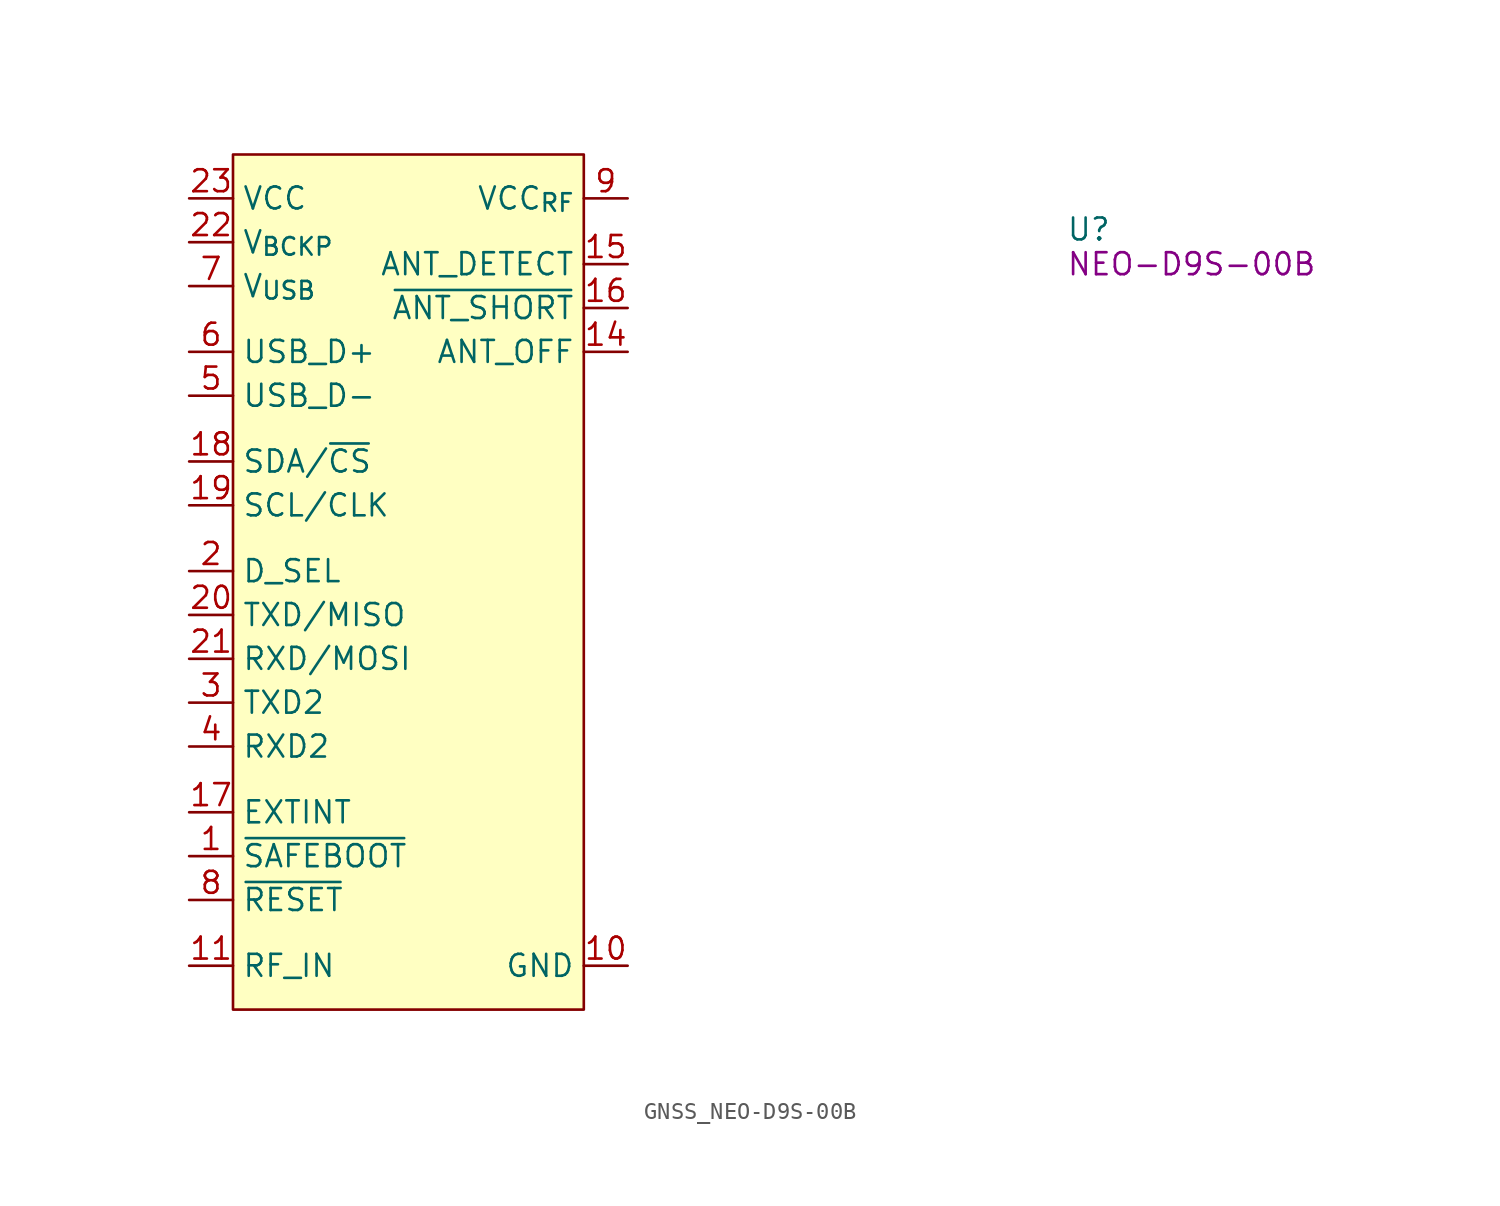
<source format=kicad_sym>
(kicad_symbol_lib
  (version 20220914)
  (generator kicad_symbol_editor)
  (symbol "GNSS_NEO-D9S-00B"
    (property "Reference" "U"
      (at 50.8 -2.54 0)
      (effects (font (size 1.27 1.27) (thickness 0.15)) (justify left bottom)))
    (property "MPN" "NEO-D9S-00B"
      (at 50.8 -3.81 0)
      (effects (font (size 1.27 1.27)) (justify left)))
    (symbol "GNSS_NEO-D9S-00B_0_1"
      (rectangle (start 2.54 2.54) (end 22.86 -46.99) (stroke (width 0) (type default)) (fill (type background))))
    (symbol "GNSS_NEO-D9S-00B_1_1"
      (pin input line (at 0 -38.1 0) (length 2.54) (name "~{SAFEBOOT}" (effects (font (size 1.27 1.27)))) (number "1" (effects (font (size 1.27 1.27)))))
      (pin power_in line (at 25.4 -44.45 180) (length 2.54) (name "GND" (effects (font (size 1.27 1.27)))) (number "10" (effects (font (size 1.27 1.27)))))
      (pin passive line (at 0 -44.45 0) (length 2.54) (name "RF_IN" (effects (font (size 1.27 1.27)))) (number "11" (effects (font (size 1.27 1.27)))))
      (pin passive line (at 25.4 -44.45 180) (length 2.54) hide (name "GND" (effects (font (size 1.27 1.27)))) (number "12" (effects (font (size 1.27 1.27)))))
      (pin passive line (at 25.4 -44.45 180) (length 2.54) hide (name "GND" (effects (font (size 1.27 1.27)))) (number "13" (effects (font (size 1.27 1.27)))))
      (pin output line (at 25.4 -8.89 180) (length 2.54) (name "ANT_OFF" (effects (font (size 1.27 1.27)))) (number "14" (effects (font (size 1.27 1.27)))))
      (pin input line (at 25.4 -3.81 180) (length 2.54) (name "ANT_DETECT" (effects (font (size 1.27 1.27)))) (number "15" (effects (font (size 1.27 1.27)))))
      (pin output line (at 25.4 -6.35 180) (length 2.54) (name "~{ANT_SHORT}" (effects (font (size 1.27 1.27)))) (number "16" (effects (font (size 1.27 1.27)))))
      (pin input line (at 0 -35.56 0) (length 2.54) (name "EXTINT" (effects (font (size 1.27 1.27)))) (number "17" (effects (font (size 1.27 1.27)))))
      (pin bidirectional line (at 0 -15.24 0) (length 2.54) (name "SDA/~{CS}" (effects (font (size 1.27 1.27)))) (number "18" (effects (font (size 1.27 1.27)))))
      (pin bidirectional line (at 0 -17.78 0) (length 2.54) (name "SCL/CLK" (effects (font (size 1.27 1.27)))) (number "19" (effects (font (size 1.27 1.27)))))
      (pin input line (at 0 -21.59 0) (length 2.54) (name "D_SEL" (effects (font (size 1.27 1.27)))) (number "2" (effects (font (size 1.27 1.27)))))
      (pin output line (at 0 -24.13 0) (length 2.54) (name "TXD/MISO" (effects (font (size 1.27 1.27)))) (number "20" (effects (font (size 1.27 1.27)))))
      (pin input line (at 0 -26.67 0) (length 2.54) (name "RXD/MOSI" (effects (font (size 1.27 1.27)))) (number "21" (effects (font (size 1.27 1.27)))))
      (pin power_in line (at 0 -2.54 0) (length 2.54) (name "V_{BCKP}" (effects (font (size 1.27 1.27)))) (number "22" (effects (font (size 1.27 1.27)))))
      (pin power_in line (at 0 0 0) (length 2.54) (name "VCC" (effects (font (size 1.27 1.27)))) (number "23" (effects (font (size 1.27 1.27)))))
      (pin passive line (at 25.4 -44.45 180) (length 2.54) hide (name "GND" (effects (font (size 1.27 1.27)))) (number "24" (effects (font (size 1.27 1.27)))))
      (pin output line (at 0 -29.21 0) (length 2.54) (name "TXD2" (effects (font (size 1.27 1.27)))) (number "3" (effects (font (size 1.27 1.27)))))
      (pin input line (at 0 -31.75 0) (length 2.54) (name "RXD2" (effects (font (size 1.27 1.27)))) (number "4" (effects (font (size 1.27 1.27)))))
      (pin bidirectional line (at 0 -11.43 0) (length 2.54) (name "USB_D-" (effects (font (size 1.27 1.27)))) (number "5" (effects (font (size 1.27 1.27)))))
      (pin bidirectional line (at 0 -8.89 0) (length 2.54) (name "USB_D+" (effects (font (size 1.27 1.27)))) (number "6" (effects (font (size 1.27 1.27)))))
      (pin input line (at 0 -5.08 0) (length 2.54) (name "V_{USB}" (effects (font (size 1.27 1.27)))) (number "7" (effects (font (size 1.27 1.27)))))
      (pin input line (at 0 -40.64 0) (length 2.54) (name "~{RESET}" (effects (font (size 1.27 1.27)))) (number "8" (effects (font (size 1.27 1.27)))))
      (pin power_out line (at 25.4 0 180) (length 2.54) (name "VCC_{RF}" (effects (font (size 1.27 1.27)))) (number "9" (effects (font (size 1.27 1.27))))))))
</source>
